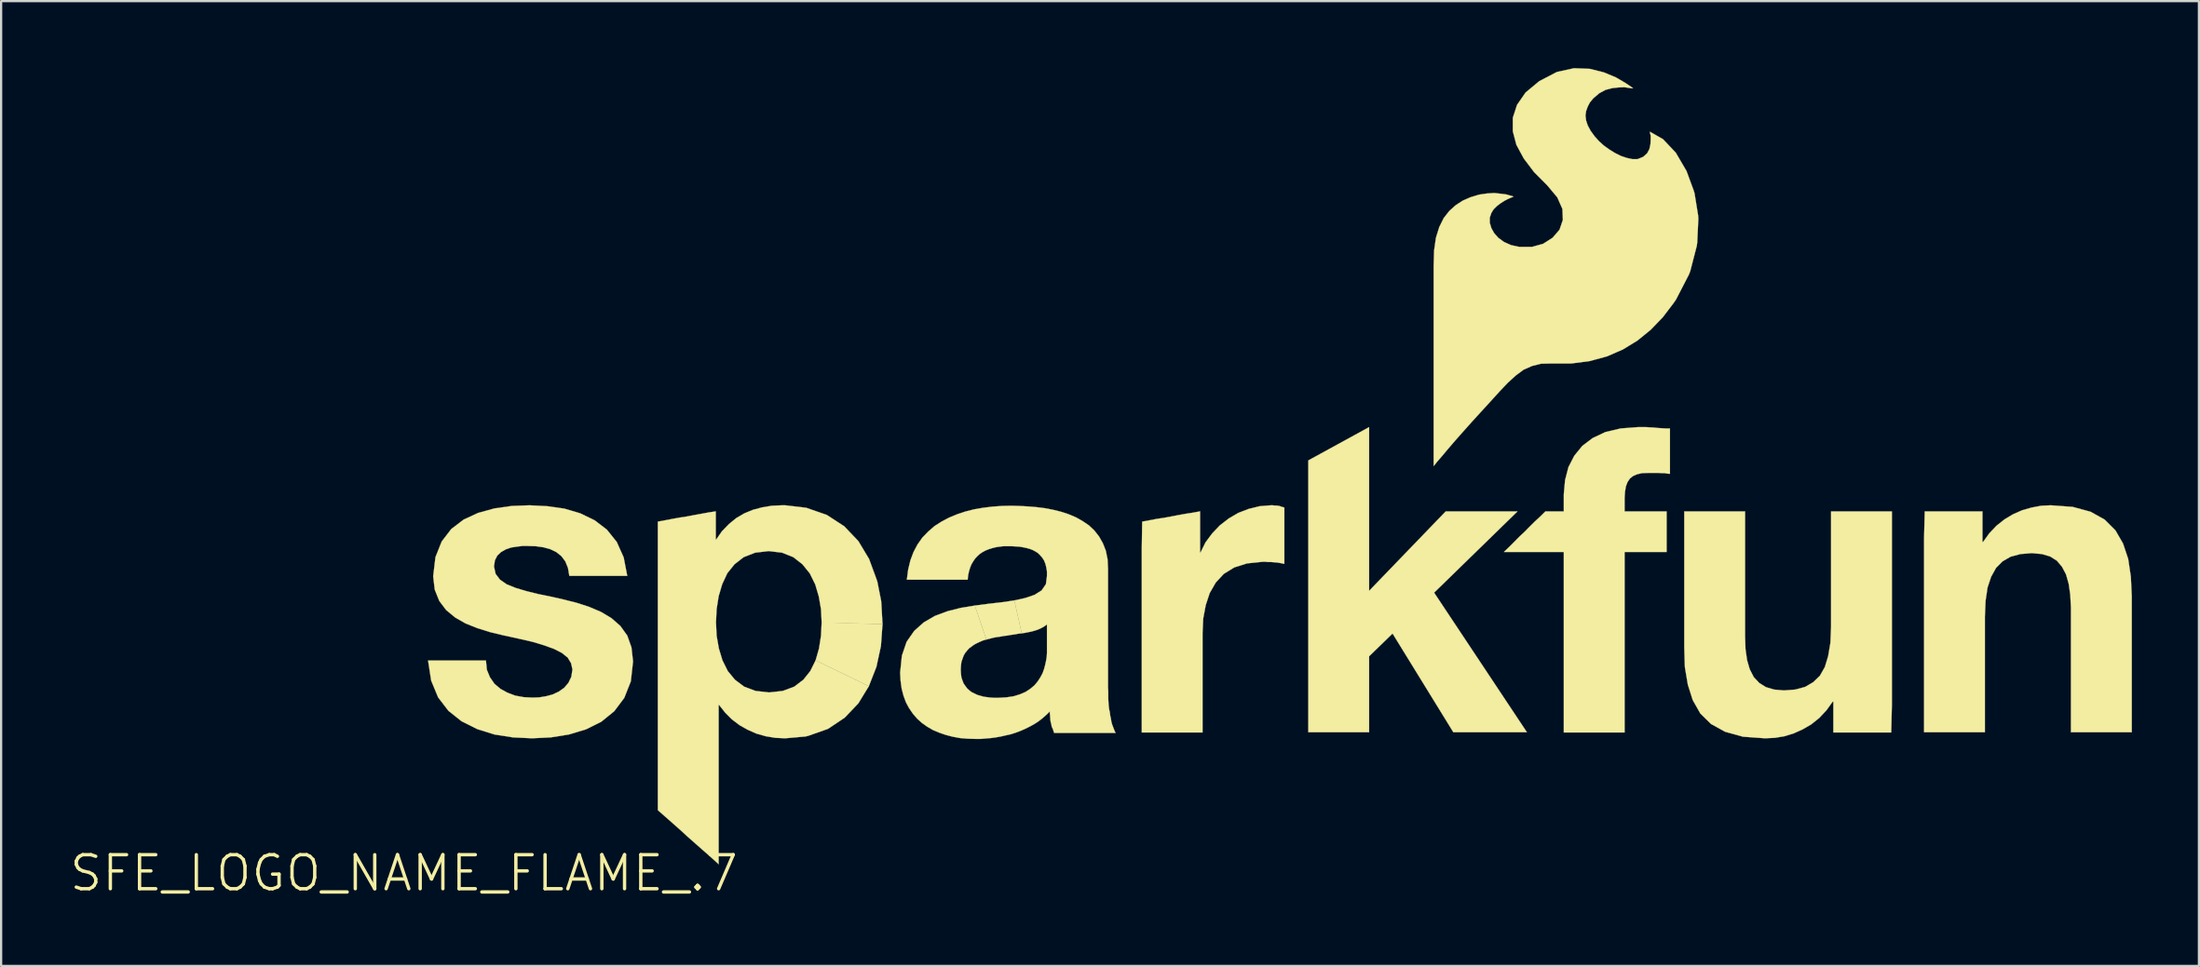
<source format=kicad_pcb>
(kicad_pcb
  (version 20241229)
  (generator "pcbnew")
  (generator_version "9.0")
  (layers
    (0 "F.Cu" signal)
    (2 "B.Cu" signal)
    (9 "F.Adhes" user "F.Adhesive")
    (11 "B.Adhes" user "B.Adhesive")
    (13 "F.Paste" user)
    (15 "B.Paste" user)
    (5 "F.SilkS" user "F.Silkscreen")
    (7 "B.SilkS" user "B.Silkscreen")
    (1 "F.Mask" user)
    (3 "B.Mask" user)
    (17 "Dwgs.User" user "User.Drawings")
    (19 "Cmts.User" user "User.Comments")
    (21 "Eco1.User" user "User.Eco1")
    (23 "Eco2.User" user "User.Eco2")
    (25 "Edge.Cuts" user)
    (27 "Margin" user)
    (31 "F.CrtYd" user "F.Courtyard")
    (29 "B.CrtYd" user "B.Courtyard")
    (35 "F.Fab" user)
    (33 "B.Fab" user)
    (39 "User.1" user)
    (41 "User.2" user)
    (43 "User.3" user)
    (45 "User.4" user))
  (footprint "SFE_LOGO_NAME_FLAME_.7"
    (layer "F.Cu")
    (at 15.022 36.043)
    (property "Reference" "SFE_LOGO_NAME_FLAME_.7" (at 0 0 0) (layer "F.SilkS") (effects (font (size 1.524 1.524) (thickness 0.15))))
    (attr exclude_from_pos_files exclude_from_bom)
    (fp_poly (pts (xy 18.418 -9.528) (xy 18.57 -10.058) (xy 18.659 -10.63) (xy 18.689 -11.229) (xy 21.41 -11.148) (xy 21.339 -10.168) (xy 21.138 -9.238) (xy 20.798 -8.369)) (stroke (width 0.01) (type solid)) (fill yes) (layer "F.SilkS"))
    (fp_poly (pts (xy 40.46 -18.479) (xy 43.18 -19.969) (xy 43.18 -12.639) (xy 46.609 -16.198) (xy 49.82 -16.198) (xy 46.088 -12.558) (xy 50.239 -6.309) (xy 46.949 -6.309) (xy 44.229 -10.729) (xy 43.18 -9.708) (xy 43.18 -6.309) (xy 40.46 -6.309)) (stroke (width 0.01) (type solid)) (fill yes) (layer "F.SilkS"))
    (fp_poly (pts (xy 25.54 -11.979) (xy 26.159 -12.06) (xy 26.759 -12.129) (xy 27.308 -12.21) (xy 27.638 -10.739) (xy 27.478 -10.719) (xy 27.318 -10.688) (xy 27.158 -10.668) (xy 26.998 -10.638) (xy 26.838 -10.62) (xy 26.678 -10.589) (xy 26.518 -10.569) (xy 26.358 -10.538) (xy 26.208 -10.498) (xy 26.058 -10.46)) (stroke (width 0.01) (type solid)) (fill yes) (layer "F.SilkS"))
    (fp_poly (pts (xy 66.538 -6.299) (xy 63.95 -6.299) (xy 63.95 -7.678) (xy 63.919 -7.678) (xy 63.64 -7.29) (xy 63.32 -6.949) (xy 62.959 -6.66) (xy 62.578 -6.439) (xy 62.179 -6.259) (xy 61.758 -6.129) (xy 61.328 -6.058) (xy 60.889 -6.038) (xy 59.908 -6.109) (xy 59.108 -6.33) (xy 58.478 -6.678) (xy 57.998 -7.148) (xy 57.658 -7.75) (xy 57.44 -8.438) (xy 57.307 -9.228) (xy 57.28 -10.109) (xy 57.28 -16.198) (xy 60 -16.198) (xy 60 -10.61) (xy 60.018 -10.038) (xy 60.089 -9.538) (xy 60.208 -9.129) (xy 60.389 -8.778) (xy 60.63 -8.519) (xy 60.93 -8.329) (xy 61.298 -8.219) (xy 61.74 -8.179) (xy 62.248 -8.219) (xy 62.69 -8.339) (xy 63.048 -8.55) (xy 63.348 -8.839) (xy 63.569 -9.228) (xy 63.718 -9.718) (xy 63.818 -10.31) (xy 63.848 -11.008) (xy 63.848 -16.198) (xy 66.568 -16.198) (xy 66.568 -7.539)) (stroke (width 0.01) (type solid)) (fill yes) (layer "F.SilkS"))
    (fp_poly (pts (xy 68.039 -16.198) (xy 70.62 -16.198) (xy 70.62 -14.829) (xy 70.648 -14.829) (xy 70.93 -15.22) (xy 71.25 -15.557) (xy 71.608 -15.839) (xy 71.989 -16.068) (xy 72.398 -16.248) (xy 72.819 -16.368) (xy 73.249 -16.449) (xy 73.678 -16.469) (xy 74.658 -16.398) (xy 75.458 -16.18) (xy 76.088 -15.829) (xy 76.568 -15.349) (xy 76.909 -14.76) (xy 77.14 -14.069) (xy 77.259 -13.269) (xy 77.3 -12.398) (xy 77.3 -6.309) (xy 74.579 -6.309) (xy 74.579 -11.9) (xy 74.549 -12.469) (xy 74.478 -12.959) (xy 74.359 -13.378) (xy 74.178 -13.719) (xy 73.95 -13.988) (xy 73.65 -14.178) (xy 73.279 -14.287) (xy 72.829 -14.328) (xy 72.319 -14.287) (xy 71.879 -14.168) (xy 71.519 -13.96) (xy 71.229 -13.668) (xy 71.008 -13.269) (xy 70.848 -12.789) (xy 70.759 -12.189) (xy 70.729 -11.488) (xy 70.729 -6.309) (xy 68.008 -6.309) (xy 68.008 -14.968)) (stroke (width 0.01) (type solid)) (fill yes) (layer "F.SilkS"))
    (fp_poly (pts (xy 33.028 -15.738) (xy 33.358 -15.799) (xy 33.678 -15.86) (xy 33.998 -15.908) (xy 34.328 -15.969) (xy 34.648 -16.03) (xy 34.968 -16.088) (xy 35.298 -16.139) (xy 35.618 -16.198) (xy 35.618 -14.359) (xy 35.639 -14.359) (xy 35.86 -14.808) (xy 36.159 -15.21) (xy 36.5 -15.568) (xy 36.899 -15.878) (xy 37.328 -16.129) (xy 37.798 -16.309) (xy 38.288 -16.429) (xy 38.788 -16.469) (xy 38.87 -16.469) (xy 38.948 -16.459) (xy 39.019 -16.459) (xy 39.098 -16.449) (xy 39.169 -16.439) (xy 39.248 -16.408) (xy 39.319 -16.388) (xy 39.388 -16.368) (xy 39.388 -13.848) (xy 39.289 -13.868) (xy 39.179 -13.889) (xy 39.058 -13.909) (xy 38.928 -13.919) (xy 38.798 -13.929) (xy 38.669 -13.929) (xy 38.539 -13.94) (xy 38.41 -13.94) (xy 37.719 -13.868) (xy 37.148 -13.688) (xy 36.678 -13.399) (xy 36.319 -13.01) (xy 36.048 -12.54) (xy 35.87 -11.999) (xy 35.758 -11.4) (xy 35.728 -10.759) (xy 35.728 -6.299) (xy 33.01 -6.299) (xy 33.01 -14.559)) (stroke (width 0.01) (type solid)) (fill yes) (layer "F.SilkS"))
    (fp_poly (pts (xy 51.89 -14.379) (xy 49.21 -14.379) (xy 49.449 -14.608) (xy 49.68 -14.839) (xy 49.908 -15.07) (xy 50.14 -15.288) (xy 50.368 -15.519) (xy 50.599 -15.748) (xy 50.838 -15.969) (xy 51.069 -16.198) (xy 51.89 -16.198) (xy 51.89 -16.96) (xy 51.948 -17.6) (xy 52.098 -18.179) (xy 52.36 -18.689) (xy 52.718 -19.129) (xy 53.18 -19.479) (xy 53.749 -19.748) (xy 54.43 -19.909) (xy 55.209 -19.969) (xy 55.568 -19.969) (xy 55.748 -19.959) (xy 55.928 -19.949) (xy 56.109 -19.929) (xy 56.289 -19.919) (xy 56.469 -19.909) (xy 56.639 -19.909) (xy 56.639 -17.879) (xy 56.518 -17.889) (xy 56.398 -17.91) (xy 56.269 -17.91) (xy 56.139 -17.92) (xy 55.649 -17.92) (xy 55.39 -17.91) (xy 55.169 -17.859) (xy 54.988 -17.78) (xy 54.849 -17.668) (xy 54.74 -17.508) (xy 54.668 -17.318) (xy 54.628 -17.079) (xy 54.61 -16.8) (xy 54.61 -16.198) (xy 56.49 -16.198) (xy 56.49 -14.379) (xy 54.61 -14.379) (xy 54.61 -6.299) (xy 51.89 -6.299) (xy 51.89 -13.368)) (stroke (width 0.01) (type solid)) (fill yes) (layer "F.SilkS"))
    (fp_poly (pts (xy 20.798 -8.369) (xy 20.328 -7.6) (xy 19.718 -6.96) (xy 18.969 -6.459) (xy 18.09 -6.149) (xy 17.968 -6.119) (xy 17.059 -6.038) (xy 16.619 -6.058) (xy 16.19 -6.129) (xy 15.768 -6.248) (xy 15.38 -6.419) (xy 15.009 -6.629) (xy 14.668 -6.888) (xy 14.369 -7.188) (xy 14.1 -7.529) (xy 14.079 -7.529) (xy 14.079 -0.399) (xy 13.739 -0.709) (xy 13.399 -1.008) (xy 13.058 -1.308) (xy 12.718 -1.608) (xy 12.38 -1.918) (xy 12.04 -2.22) (xy 11.699 -2.52) (xy 11.359 -2.819) (xy 11.359 -15.738) (xy 11.689 -15.799) (xy 12.009 -15.86) (xy 12.329 -15.918) (xy 12.659 -15.969) (xy 12.979 -16.03) (xy 13.299 -16.088) (xy 13.63 -16.149) (xy 13.95 -16.198) (xy 13.95 -14.938) (xy 13.97 -14.938) (xy 14.229 -15.309) (xy 14.539 -15.629) (xy 14.869 -15.898) (xy 15.23 -16.109) (xy 15.618 -16.269) (xy 16.03 -16.378) (xy 16.459 -16.449) (xy 16.909 -16.469) (xy 17.059 -16.469) (xy 17.998 -16.358) (xy 18.918 -16.038) (xy 19.698 -15.53) (xy 20.328 -14.869) (xy 20.808 -14.069) (xy 21.138 -13.17) (xy 21.179 -13.048) (xy 21.349 -12.189) (xy 21.359 -12.06) (xy 21.41 -11.148) (xy 18.689 -11.219) (xy 18.659 -11.819) (xy 18.56 -12.388) (xy 18.4 -12.929) (xy 18.158 -13.419) (xy 17.828 -13.828) (xy 17.419 -14.148) (xy 16.919 -14.348) (xy 16.32 -14.42) (xy 15.71 -14.348) (xy 15.199 -14.148) (xy 14.788 -13.828) (xy 14.468 -13.429) (xy 14.239 -12.939) (xy 14.079 -12.398) (xy 13.988 -11.819) (xy 13.96 -11.229) (xy 13.988 -10.63) (xy 14.089 -10.058) (xy 14.249 -9.528) (xy 14.488 -9.047) (xy 14.808 -8.659) (xy 15.22 -8.349) (xy 15.728 -8.158) (xy 16.34 -8.09) (xy 16.949 -8.158) (xy 17.46 -8.349) (xy 17.869 -8.659) (xy 18.179 -9.047) (xy 18.418 -9.528)) (stroke (width 0.01) (type solid)) (fill yes) (layer "F.SilkS"))
    (fp_poly (pts (xy 3.668 -9.52) (xy 3.708 -9.108) (xy 3.848 -8.768) (xy 4.049 -8.479) (xy 4.318 -8.25) (xy 4.628 -8.08) (xy 4.978 -7.948) (xy 5.359 -7.879) (xy 5.748 -7.859) (xy 6.048 -7.869) (xy 6.358 -7.92) (xy 6.65 -7.998) (xy 6.929 -8.128) (xy 7.168 -8.298) (xy 7.358 -8.519) (xy 7.488 -8.788) (xy 7.539 -9.119) (xy 7.478 -9.398) (xy 7.328 -9.649) (xy 7.069 -9.858) (xy 6.718 -10.038) (xy 6.279 -10.198) (xy 5.748 -10.358) (xy 5.138 -10.498) (xy 4.448 -10.648) (xy 3.858 -10.79) (xy 3.289 -10.968) (xy 2.758 -11.179) (xy 2.289 -11.448) (xy 1.89 -11.778) (xy 1.58 -12.189) (xy 1.379 -12.69) (xy 1.308 -13.289) (xy 1.41 -14.148) (xy 1.689 -14.849) (xy 2.118 -15.408) (xy 2.67 -15.829) (xy 3.32 -16.129) (xy 4.049 -16.33) (xy 4.818 -16.439) (xy 5.618 -16.469) (xy 6.408 -16.429) (xy 7.178 -16.32) (xy 7.889 -16.109) (xy 8.529 -15.799) (xy 9.078 -15.38) (xy 9.52 -14.829) (xy 9.83 -14.138) (xy 9.99 -13.31) (xy 7.399 -13.31) (xy 7.338 -13.668) (xy 7.219 -13.96) (xy 7.038 -14.199) (xy 6.81 -14.379) (xy 6.538 -14.508) (xy 6.238 -14.59) (xy 5.898 -14.638) (xy 5.54 -14.648) (xy 5.298 -14.648) (xy 5.05 -14.618) (xy 4.798 -14.58) (xy 4.559 -14.498) (xy 4.348 -14.379) (xy 4.178 -14.219) (xy 4.069 -14.008) (xy 4.028 -13.729) (xy 4.1 -13.399) (xy 4.298 -13.139) (xy 4.6 -12.929) (xy 4.999 -12.769) (xy 5.469 -12.629) (xy 5.989 -12.499) (xy 6.538 -12.388) (xy 7.109 -12.258) (xy 7.709 -12.108) (xy 8.268 -11.928) (xy 8.809 -11.699) (xy 9.279 -11.42) (xy 9.68 -11.069) (xy 9.99 -10.638) (xy 10.178 -10.109) (xy 10.249 -9.479) (xy 10.15 -8.588) (xy 9.858 -7.849) (xy 9.408 -7.249) (xy 8.829 -6.779) (xy 8.148 -6.439) (xy 7.379 -6.208) (xy 6.568 -6.078) (xy 5.728 -6.038) (xy 4.879 -6.078) (xy 4.049 -6.208) (xy 3.279 -6.449) (xy 2.578 -6.8) (xy 1.989 -7.269) (xy 1.529 -7.869) (xy 1.219 -8.618) (xy 1.079 -9.52) (xy 3.338 -9.52)) (stroke (width 0.01) (type solid)) (fill yes) (layer "F.SilkS"))
    (fp_poly (pts (xy 55.748 -33.188) (xy 55.748 -33.139) (xy 55.778 -33.02) (xy 55.778 -32.84) (xy 55.768 -32.639) (xy 55.72 -32.418) (xy 55.618 -32.228) (xy 55.438 -32.068) (xy 55.189 -31.968) (xy 54.958 -31.968) (xy 54.719 -32.019) (xy 54.45 -32.108) (xy 54.188 -32.238) (xy 53.929 -32.398) (xy 53.678 -32.578) (xy 53.459 -32.779) (xy 53.269 -32.99) (xy 53.089 -33.238) (xy 52.959 -33.48) (xy 52.888 -33.698) (xy 52.86 -33.919) (xy 52.888 -34.12) (xy 52.959 -34.318) (xy 53.058 -34.508) (xy 53.208 -34.689) (xy 53.48 -34.92) (xy 53.759 -35.07) (xy 54.059 -35.149) (xy 54.348 -35.179) (xy 54.6 -35.189) (xy 54.798 -35.159) (xy 54.938 -35.138) (xy 54.988 -35.138) (xy 54.9 -35.209) (xy 54.628 -35.39) (xy 54.219 -35.629) (xy 53.688 -35.85) (xy 53.058 -36.01) (xy 52.349 -36.038) (xy 51.58 -35.87) (xy 50.79 -35.458) (xy 50.178 -34.948) (xy 49.799 -34.399) (xy 49.609 -33.818) (xy 49.609 -33.218) (xy 49.769 -32.609) (xy 50.099 -31.999) (xy 50.559 -31.389) (xy 51.148 -30.797) (xy 51.598 -30.259) (xy 51.829 -29.738) (xy 51.849 -29.248) (xy 51.699 -28.809) (xy 51.389 -28.448) (xy 50.968 -28.179) (xy 50.47 -28.039) (xy 49.898 -28.039) (xy 49.53 -28.118) (xy 49.218 -28.258) (xy 48.969 -28.438) (xy 48.778 -28.649) (xy 48.649 -28.88) (xy 48.578 -29.119) (xy 48.578 -29.35) (xy 48.649 -29.558) (xy 48.748 -29.718) (xy 48.898 -29.868) (xy 49.058 -29.99) (xy 49.228 -30.099) (xy 49.378 -30.178) (xy 49.52 -30.239) (xy 49.609 -30.279) (xy 49.639 -30.29) (xy 49.599 -30.31) (xy 49.489 -30.338) (xy 49.309 -30.389) (xy 49.068 -30.419) (xy 48.778 -30.45) (xy 48.448 -30.429) (xy 48.1 -30.378) (xy 47.709 -30.259) (xy 47.368 -30.109) (xy 47.059 -29.909) (xy 46.769 -29.649) (xy 46.518 -29.329) (xy 46.319 -28.928) (xy 46.17 -28.448) (xy 46.088 -27.879) (xy 46.068 -27.198) (xy 46.068 -18.23) (xy 46.119 -18.288) (xy 46.238 -18.438) (xy 46.439 -18.669) (xy 46.698 -18.979) (xy 47.008 -19.34) (xy 47.368 -19.748) (xy 47.76 -20.188) (xy 48.169 -20.637) (xy 48.618 -21.128) (xy 49.019 -21.57) (xy 49.388 -21.958) (xy 49.738 -22.278) (xy 50.089 -22.54) (xy 50.47 -22.708) (xy 50.869 -22.809) (xy 51.328 -22.819) (xy 52.227 -22.819) (xy 53.058 -22.929) (xy 53.828 -23.139) (xy 54.539 -23.449) (xy 55.189 -23.848) (xy 55.778 -24.328) (xy 56.319 -24.889) (xy 56.799 -25.519) (xy 56.909 -25.679) (xy 57.488 -26.8) (xy 57.549 -26.96) (xy 57.838 -28.08) (xy 57.859 -28.23) (xy 57.909 -29.299) (xy 57.899 -29.449) (xy 57.739 -30.439) (xy 57.699 -30.569) (xy 57.379 -31.438) (xy 56.899 -32.258) (xy 56.33 -32.86) (xy 55.738 -33.198)) (stroke (width 0.01) (type solid)) (fill yes) (layer "F.SilkS"))
    (fp_poly (pts (xy 26.058 -10.46) (xy 25.908 -10.419) (xy 25.768 -10.358) (xy 25.639 -10.3) (xy 25.509 -10.229) (xy 25.4 -10.15) (xy 25.288 -10.069) (xy 25.199 -9.97) (xy 25.108 -9.858) (xy 25.039 -9.738) (xy 24.989 -9.599) (xy 24.938 -9.449) (xy 24.92 -9.289) (xy 24.91 -9.108) (xy 24.92 -8.928) (xy 24.938 -8.768) (xy 24.989 -8.618) (xy 25.039 -8.489) (xy 25.118 -8.379) (xy 25.199 -8.268) (xy 25.298 -8.179) (xy 25.408 -8.098) (xy 25.53 -8.039) (xy 25.659 -7.978) (xy 25.799 -7.938) (xy 25.938 -7.899) (xy 26.088 -7.879) (xy 26.248 -7.859) (xy 26.408 -7.849) (xy 26.579 -7.849) (xy 26.949 -7.869) (xy 27.28 -7.92) (xy 27.569 -8.009) (xy 27.818 -8.118) (xy 28.029 -8.258) (xy 28.209 -8.41) (xy 28.349 -8.578) (xy 28.468 -8.758) (xy 28.57 -8.948) (xy 28.639 -9.139) (xy 28.689 -9.329) (xy 28.73 -9.52) (xy 28.758 -9.688) (xy 28.768 -9.858) (xy 28.768 -11.138) (xy 28.679 -11.069) (xy 28.578 -11.008) (xy 28.468 -10.95) (xy 28.349 -10.899) (xy 28.219 -10.858) (xy 28.08 -10.818) (xy 27.94 -10.79) (xy 27.788 -10.759) (xy 27.638 -10.739) (xy 27.308 -12.21) (xy 27.798 -12.319) (xy 28.209 -12.459) (xy 28.529 -12.659) (xy 28.72 -12.939) (xy 28.768 -13.299) (xy 28.768 -13.508) (xy 28.738 -13.688) (xy 28.699 -13.848) (xy 28.639 -13.998) (xy 28.56 -14.12) (xy 28.468 -14.229) (xy 28.369 -14.328) (xy 28.258 -14.399) (xy 28.128 -14.468) (xy 27.998 -14.519) (xy 27.849 -14.559) (xy 27.699 -14.59) (xy 27.539 -14.618) (xy 27.369 -14.628) (xy 27.188 -14.638) (xy 26.82 -14.638) (xy 26.64 -14.618) (xy 26.469 -14.59) (xy 26.309 -14.549) (xy 26.149 -14.498) (xy 26.01 -14.44) (xy 25.878 -14.369) (xy 25.758 -14.287) (xy 25.649 -14.188) (xy 25.55 -14.079) (xy 25.469 -13.96) (xy 25.39 -13.828) (xy 25.329 -13.678) (xy 25.278 -13.508) (xy 25.24 -13.33) (xy 25.22 -13.139) (xy 22.499 -13.139) (xy 22.558 -13.589) (xy 22.659 -14.008) (xy 22.799 -14.379) (xy 22.979 -14.719) (xy 23.198 -15.029) (xy 23.459 -15.298) (xy 23.739 -15.54) (xy 24.049 -15.738) (xy 24.389 -15.918) (xy 24.75 -16.068) (xy 25.118 -16.19) (xy 25.509 -16.289) (xy 25.908 -16.358) (xy 26.319 -16.408) (xy 26.739 -16.439) (xy 27.158 -16.449) (xy 27.529 -16.439) (xy 27.91 -16.419) (xy 28.288 -16.388) (xy 28.669 -16.34) (xy 29.04 -16.269) (xy 29.398 -16.18) (xy 29.738 -16.068) (xy 30.069 -15.928) (xy 30.368 -15.758) (xy 30.648 -15.568) (xy 30.889 -15.339) (xy 31.1 -15.07) (xy 31.27 -14.768) (xy 31.399 -14.44) (xy 31.478 -14.059) (xy 31.499 -13.63) (xy 31.499 -8.308) (xy 31.509 -8.148) (xy 31.509 -7.818) (xy 31.519 -7.648) (xy 31.529 -7.498) (xy 31.549 -7.338) (xy 31.58 -7.198) (xy 31.598 -7.048) (xy 31.628 -6.919) (xy 31.648 -6.789) (xy 31.679 -6.668) (xy 31.72 -6.558) (xy 31.758 -6.459) (xy 31.798 -6.358) (xy 31.839 -6.279) (xy 29.088 -6.279) (xy 29.068 -6.34) (xy 29.05 -6.398) (xy 29.03 -6.459) (xy 28.999 -6.518) (xy 28.979 -6.568) (xy 28.969 -6.629) (xy 28.959 -6.688) (xy 28.938 -6.749) (xy 28.928 -6.81) (xy 28.918 -6.878) (xy 28.918 -6.939) (xy 28.908 -6.998) (xy 28.908 -7.059) (xy 28.898 -7.12) (xy 28.898 -7.239) (xy 28.73 -7.079) (xy 28.56 -6.929) (xy 28.379 -6.789) (xy 28.189 -6.668) (xy 27.988 -6.558) (xy 27.788 -6.459) (xy 27.579 -6.368) (xy 27.369 -6.289) (xy 27.148 -6.218) (xy 26.929 -6.17) (xy 26.708 -6.119) (xy 26.48 -6.078) (xy 26.259 -6.048) (xy 26.03 -6.03) (xy 25.799 -6.01) (xy 25.568 -6.01) (xy 25.22 -6.02) (xy 24.879 -6.048) (xy 24.549 -6.109) (xy 24.239 -6.19) (xy 23.95 -6.289) (xy 23.668 -6.408) (xy 23.409 -6.558) (xy 23.17 -6.728) (xy 22.959 -6.919) (xy 22.769 -7.14) (xy 22.598 -7.389) (xy 22.459 -7.648) (xy 22.349 -7.948) (xy 22.268 -8.258) (xy 22.22 -8.608) (xy 22.2 -8.979) (xy 22.278 -9.738) (xy 22.489 -10.358) (xy 22.83 -10.848) (xy 23.259 -11.229) (xy 23.759 -11.519) (xy 24.328 -11.73) (xy 24.928 -11.88) (xy 25.54 -11.979)) (stroke (width 0.01) (type solid)) (fill yes) (layer "F.SilkS")))
  (gr_rect
    (start -3 -3)
    (end 95.327 40.197)
    (stroke (width 0.1) (type default))
    (fill no)
    (layer "Edge.Cuts")))
</source>
